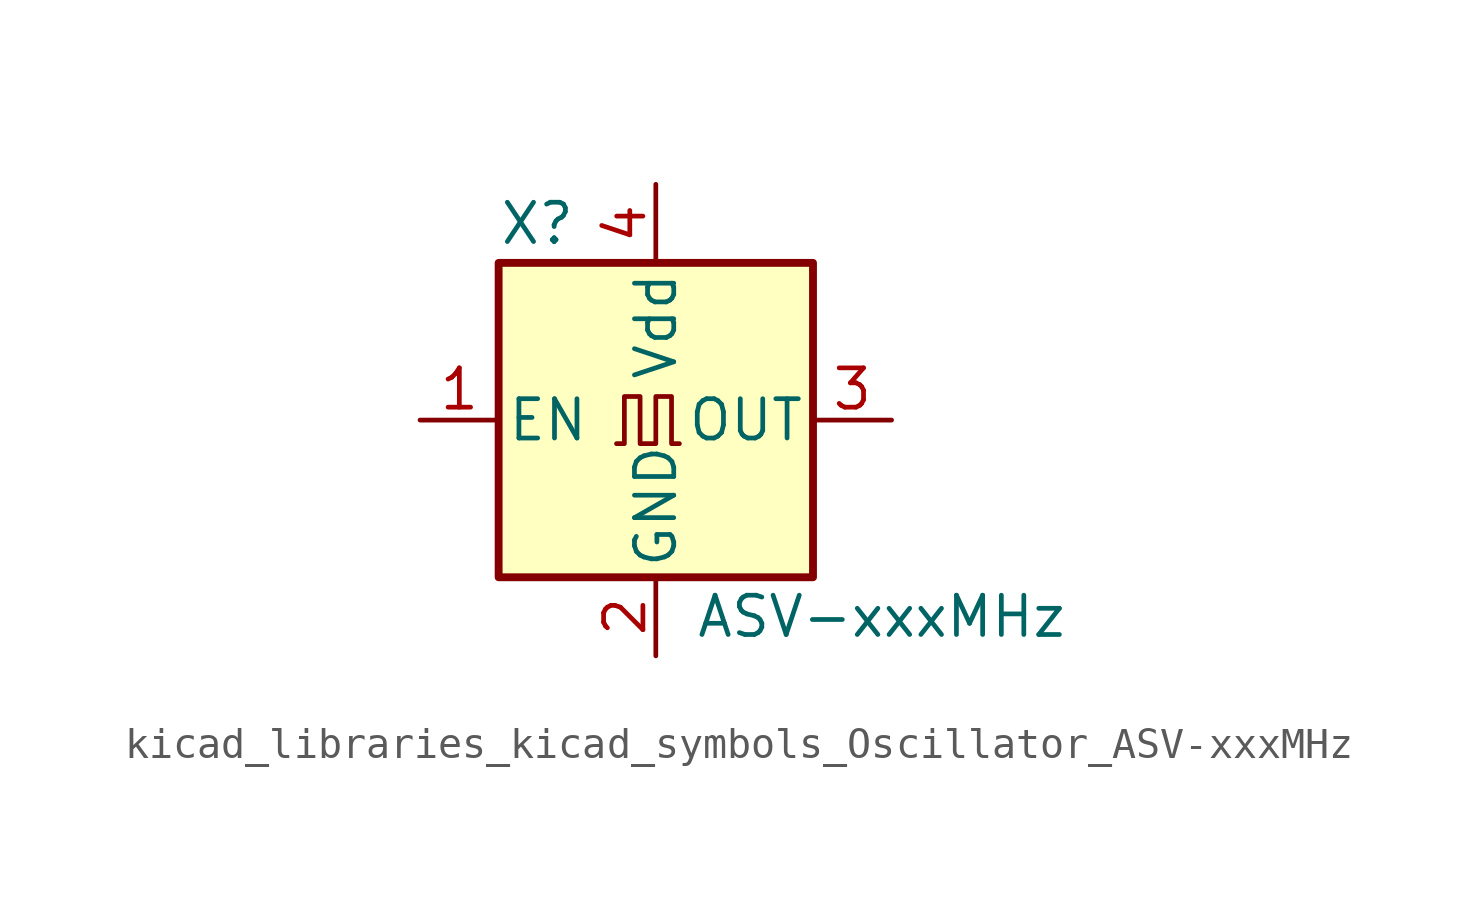
<source format=kicad_sym>
(kicad_symbol_lib
  (version 20220914)
  (generator kicad_symbol_editor)
  (symbol "kicad_libraries_kicad_symbols_Oscillator_ASV-xxxMHz"
    (pin_names
      (offset 0.254))
    (property "Reference" "X"
      (at -5.08 6.35 0)
      (effects (font (size 1.27 1.27)) (justify left)))
    (property "Value" "ASV-xxxMHz"
      (at 1.27 -6.35 0)
      (effects (font (size 1.27 1.27)) (justify left)))
    (symbol "kicad_libraries_kicad_symbols_Oscillator_ASV-xxxMHz_0_1"
      (rectangle (start -5.08 5.08) (end 5.08 -5.08) (stroke (width 0.254) (type default)) (fill (type background)))
      (polyline (pts (xy -1.27 -0.762) (xy -1.016 -0.762) (xy -1.016 0.762) (xy -0.508 0.762) (xy -0.508 -0.762) (xy 0 -0.762) (xy 0 0.762) (xy 0.508 0.762) (xy 0.508 -0.762) (xy 0.762 -0.762)) (stroke (width 0) (type default)) (fill (type none))))
    (symbol "kicad_libraries_kicad_symbols_Oscillator_ASV-xxxMHz_1_1"
      (pin input line (at -7.62 0 0) (length 2.54) (name "EN" (effects (font (size 1.27 1.27)))) (number "1" (effects (font (size 1.27 1.27)))))
      (pin power_in line (at 0 -7.62 90) (length 2.54) (name "GND" (effects (font (size 1.27 1.27)))) (number "2" (effects (font (size 1.27 1.27)))))
      (pin output line (at 7.62 0 180) (length 2.54) (name "OUT" (effects (font (size 1.27 1.27)))) (number "3" (effects (font (size 1.27 1.27)))))
      (pin power_in line (at 0 7.62 270) (length 2.54) (name "Vdd" (effects (font (size 1.27 1.27)))) (number "4" (effects (font (size 1.27 1.27))))))))
</source>
